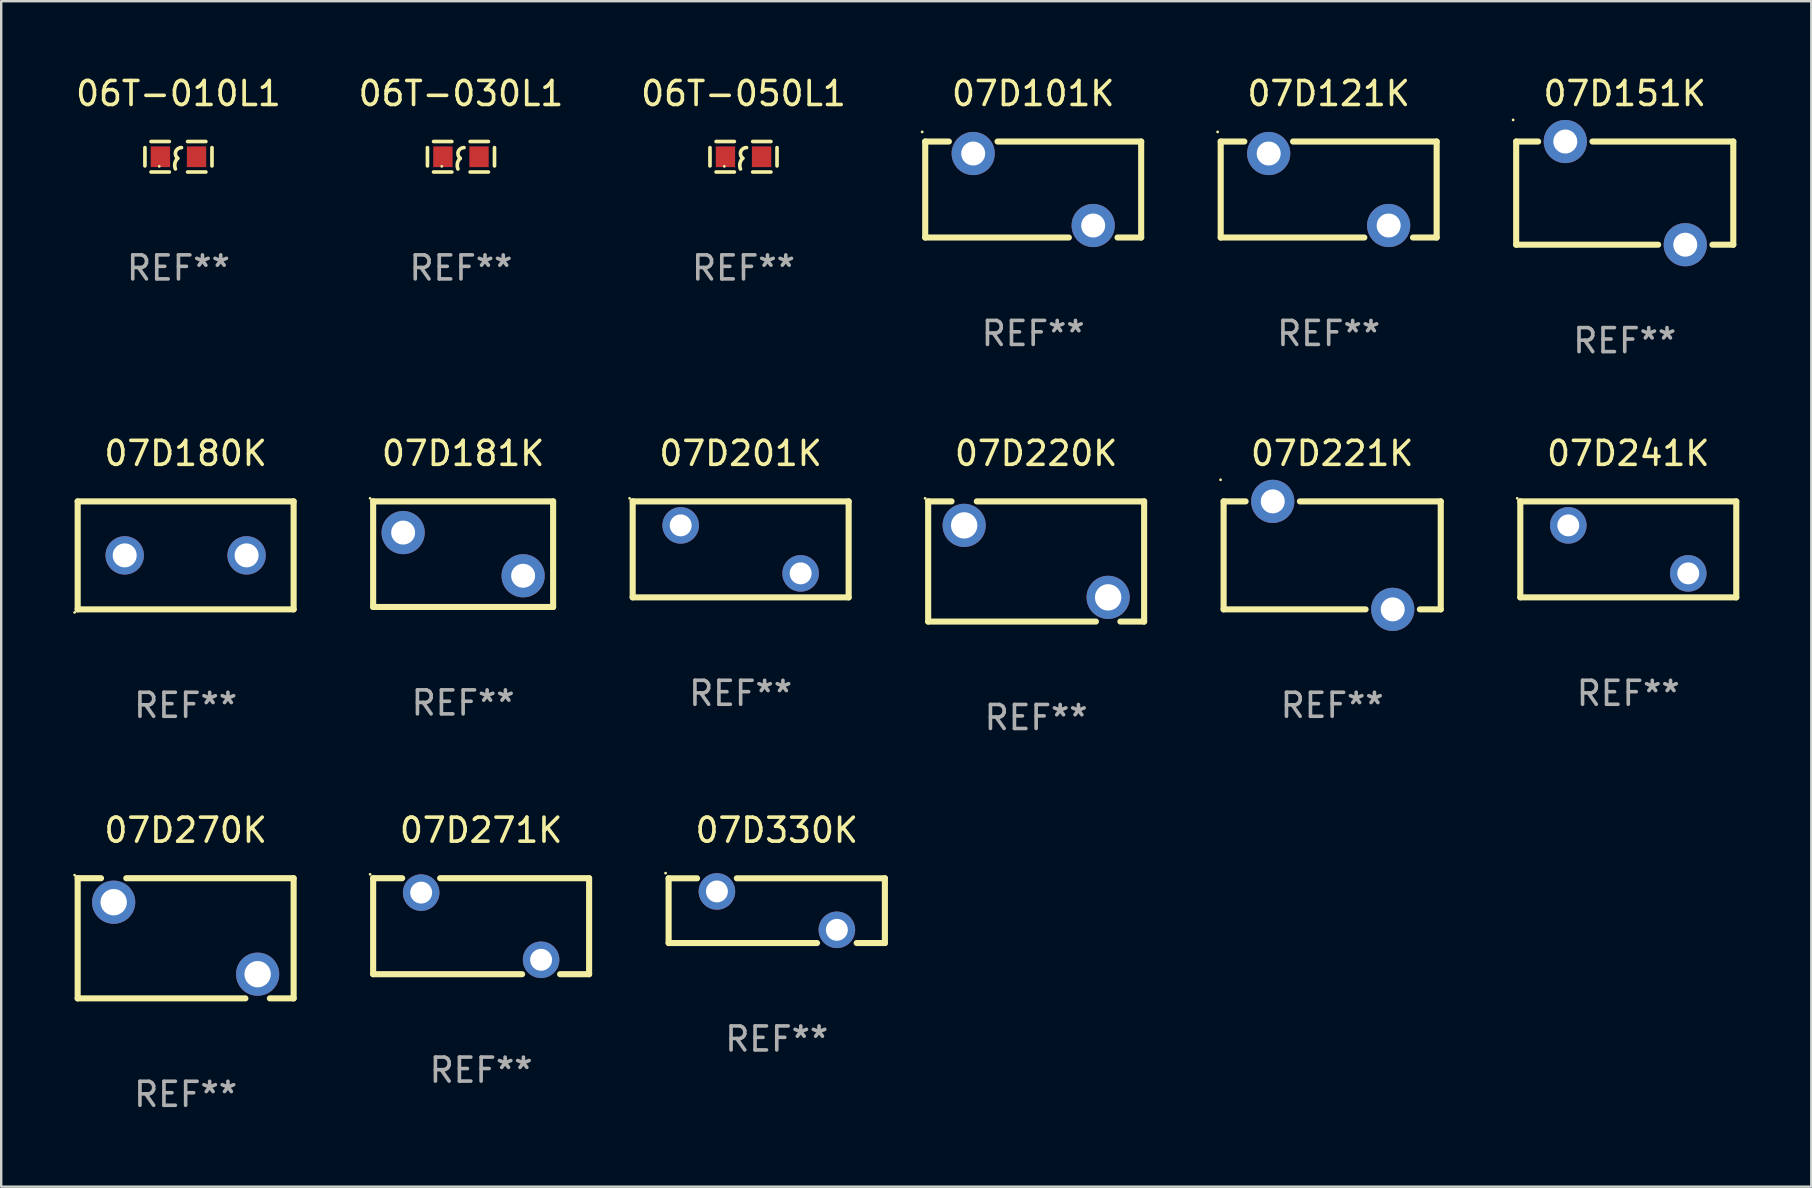
<source format=kicad_pcb>
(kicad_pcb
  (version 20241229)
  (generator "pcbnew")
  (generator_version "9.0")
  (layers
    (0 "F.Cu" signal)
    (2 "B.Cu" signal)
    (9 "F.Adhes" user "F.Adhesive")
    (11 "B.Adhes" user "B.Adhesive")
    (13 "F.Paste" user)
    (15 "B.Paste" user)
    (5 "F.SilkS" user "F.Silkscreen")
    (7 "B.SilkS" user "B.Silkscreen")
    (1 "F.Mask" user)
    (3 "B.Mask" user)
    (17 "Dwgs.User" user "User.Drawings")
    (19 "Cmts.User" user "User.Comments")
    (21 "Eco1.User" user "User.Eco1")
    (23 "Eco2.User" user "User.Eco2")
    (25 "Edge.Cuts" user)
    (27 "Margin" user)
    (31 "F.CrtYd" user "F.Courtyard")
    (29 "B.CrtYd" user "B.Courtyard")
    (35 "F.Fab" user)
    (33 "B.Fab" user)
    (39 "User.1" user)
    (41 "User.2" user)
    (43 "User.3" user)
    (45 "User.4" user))
  (footprint "07D330K"
    (layer "F.Cu")
    (at 29.321 34.9)
    (property "Reference" "07D330K" (at 0 -3.35 0) (layer "F.SilkS") (effects (font (size 1 1) (thickness 0.15))))
    (attr through_hole)
    (fp_line (start -4.506 -1.347) (end -3.322 -1.347) (stroke (width 0.254) (type solid)) (layer "F.SilkS"))
    (fp_line (start -4.506 1.35) (end -4.506 -1.347) (stroke (width 0.254) (type solid)) (layer "F.SilkS"))
    (fp_line (start -4.506 1.35) (end 1.679 1.35) (stroke (width 0.254) (type solid)) (layer "F.SilkS"))
    (fp_line (start -1.665 -1.347) (end 4.506 -1.347) (stroke (width 0.254) (type solid)) (layer "F.SilkS"))
    (fp_line (start 3.331 1.35) (end 4.506 1.35) (stroke (width 0.254) (type solid)) (layer "F.SilkS"))
    (fp_line (start 4.506 -1.35) (end 4.506 1.35) (stroke (width 0.254) (type solid)) (layer "F.SilkS"))
    (fp_circle (center -4.633 -1.562) (end -4.603 -1.562) (stroke (width 0.06) (type solid)) (fill no) (layer "F.SilkS"))
    (fp_text user "REF**" (at 0 5.35 0) (layer "F.Fab") (effects (font (size 1 1) (thickness 0.15))))
    (pad "1" thru_hole circle (at -2.494 -0.8) (size 1.524 1.524) (drill 0.914) (layers "*.Cu" "*.Mask"))
    (pad "2" thru_hole circle (at 2.505 0.8) (size 1.524 1.524) (drill 0.914) (layers "*.Cu" "*.Mask")))
  (footprint "07D221K"
    (layer "F.Cu")
    (at 52.468 20.095)
    (property "Reference" "07D221K" (at 0 -4.25 0) (layer "F.SilkS") (effects (font (size 1 1) (thickness 0.15))))
    (attr through_hole)
    (fp_line (start -4.524 -2.25) (end -4.524 2.25) (stroke (width 0.254) (type solid)) (layer "F.SilkS"))
    (fp_line (start -4.524 -2.25) (end -3.607 -2.25) (stroke (width 0.254) (type solid)) (layer "F.SilkS"))
    (fp_line (start -4.524 2.25) (end 1.393 2.25) (stroke (width 0.254) (type solid)) (layer "F.SilkS"))
    (fp_line (start -1.346 -2.25) (end 4.524 -2.25) (stroke (width 0.254) (type solid)) (layer "F.SilkS"))
    (fp_line (start 3.654 2.25) (end 4.524 2.25) (stroke (width 0.254) (type solid)) (layer "F.SilkS"))
    (fp_line (start 4.524 -2.25) (end 4.524 2.25) (stroke (width 0.254) (type solid)) (layer "F.SilkS"))
    (fp_circle (center -4.651 -3.15) (end -4.621 -3.15) (stroke (width 0.06) (type solid)) (fill no) (layer "F.SilkS"))
    (fp_text user "REF**" (at 0 6.25 0) (layer "F.Fab") (effects (font (size 1 1) (thickness 0.15))))
    (pad "1" thru_hole circle (at -2.477 -2.25) (size 1.8 1.8) (drill 1) (layers "*.Cu" "*.Mask"))
    (pad "2" thru_hole circle (at 2.523 2.25) (size 1.8 1.8) (drill 1) (layers "*.Cu" "*.Mask")))
  (footprint "07D241K"
    (layer "F.Cu")
    (at 64.807 19.845)
    (property "Reference" "07D241K" (at 0 -4 0) (layer "F.SilkS") (effects (font (size 1 1) (thickness 0.15))))
    (attr through_hole)
    (fp_line (start -4.499 -2) (end 4.501 -2) (stroke (width 0.254) (type solid)) (layer "F.SilkS"))
    (fp_line (start -4.499 1.998) (end -4.499 -2) (stroke (width 0.254) (type solid)) (layer "F.SilkS"))
    (fp_line (start 4.501 -2) (end 4.501 2) (stroke (width 0.254) (type solid)) (layer "F.SilkS"))
    (fp_line (start 4.501 2) (end -4.501 2) (stroke (width 0.254) (type solid)) (layer "F.SilkS"))
    (fp_circle (center -4.628 -2.127) (end -4.598 -2.127) (stroke (width 0.06) (type solid)) (fill no) (layer "F.SilkS"))
    (fp_text user "REF**" (at 0 6 0) (layer "F.Fab") (effects (font (size 1 1) (thickness 0.15))))
    (pad "1" thru_hole circle (at -2.499 -1) (size 1.524 1.524) (drill 0.914) (layers "*.Cu" "*.Mask"))
    (pad "2" thru_hole circle (at 2.5 1) (size 1.524 1.524) (drill 0.914) (layers "*.Cu" "*.Mask")))
  (footprint "07D181K"
    (layer "F.Cu")
    (at 16.251 20.045)
    (property "Reference" "07D181K" (at 0 -4.2 0) (layer "F.SilkS") (effects (font (size 1 1) (thickness 0.15))))
    (attr through_hole)
    (fp_line (start -3.75 -2.2) (end 3.75 -2.2) (stroke (width 0.254) (type solid)) (layer "F.SilkS"))
    (fp_line (start -3.75 2.2) (end -3.75 -2.2) (stroke (width 0.254) (type solid)) (layer "F.SilkS"))
    (fp_line (start 3.75 -2.2) (end 3.75 2.2) (stroke (width 0.254) (type solid)) (layer "F.SilkS"))
    (fp_line (start 3.75 2.2) (end -3.75 2.2) (stroke (width 0.254) (type solid)) (layer "F.SilkS"))
    (fp_circle (center -3.877 -2.327) (end -3.847 -2.327) (stroke (width 0.06) (type solid)) (fill no) (layer "F.SilkS"))
    (fp_text user "REF**" (at 0 6.2 0) (layer "F.Fab") (effects (font (size 1 1) (thickness 0.15))))
    (pad "1" thru_hole circle (at -2.5 -0.9) (size 1.8 1.8) (drill 1) (layers "*.Cu" "*.Mask"))
    (pad "2" thru_hole circle (at 2.5 0.9) (size 1.8 1.8) (drill 1) (layers "*.Cu" "*.Mask")))
  (footprint "07D121K"
    (layer "F.Cu")
    (at 52.322 4.848)
    (property "Reference" "07D121K" (at 0 -4 0) (layer "F.SilkS") (effects (font (size 1 1) (thickness 0.15))))
    (attr through_hole)
    (fp_line (start -4.5 -2) (end -4.5 2) (stroke (width 0.254) (type solid)) (layer "F.SilkS"))
    (fp_line (start -4.5 -2) (end -3.514 -2) (stroke (width 0.254) (type solid)) (layer "F.SilkS"))
    (fp_line (start -4.5 2) (end 1.486 2) (stroke (width 0.254) (type solid)) (layer "F.SilkS"))
    (fp_line (start -1.486 -2) (end 4.5 -2) (stroke (width 0.254) (type solid)) (layer "F.SilkS"))
    (fp_line (start 3.514 2) (end 4.5 2) (stroke (width 0.254) (type solid)) (layer "F.SilkS"))
    (fp_line (start 4.5 -2) (end 4.5 2) (stroke (width 0.254) (type solid)) (layer "F.SilkS"))
    (fp_circle (center -4.627 -2.4) (end -4.597 -2.4) (stroke (width 0.06) (type solid)) (fill no) (layer "F.SilkS"))
    (fp_text user "REF**" (at 0 6 0) (layer "F.Fab") (effects (font (size 1 1) (thickness 0.15))))
    (pad "1" thru_hole circle (at -2.5 -1.5) (size 1.8 1.8) (drill 1) (layers "*.Cu" "*.Mask"))
    (pad "2" thru_hole circle (at 2.5 1.5) (size 1.8 1.8) (drill 1) (layers "*.Cu" "*.Mask")))
  (footprint "06T-010L1"
    (layer "F.Cu")
    (at 4.387 3.483)
    (property "Reference" "06T-010L1" (at 0 -2.635 0) (layer "F.SilkS") (effects (font (size 1 1) (thickness 0.15))))
    (attr through_hole)
    (fp_line (start -1.397 -0.381) (end -1.397 0.381) (stroke (width 0.152) (type solid)) (layer "F.SilkS"))
    (fp_line (start -0.381 -0.635) (end -1.143 -0.635) (stroke (width 0.152) (type solid)) (layer "F.SilkS"))
    (fp_line (start -0.381 0.635) (end -1.143 0.635) (stroke (width 0.152) (type solid)) (layer "F.SilkS"))
    (fp_line (start 0.381 -0.635) (end 1.143 -0.635) (stroke (width 0.152) (type solid)) (layer "F.SilkS"))
    (fp_line (start 0.381 0.635) (end 1.143 0.635) (stroke (width 0.152) (type solid)) (layer "F.SilkS"))
    (fp_line (start 1.397 -0.381) (end 1.397 0.381) (stroke (width 0.152) (type solid)) (layer "F.SilkS"))
    (fp_arc (start -0.127 0.508001) (mid -0.146523 0.271131) (end -0.030861 0.0635) (stroke (width 0.151994) (type solid)) (layer "F.SilkS"))
    (fp_arc (start -0.03175 0.0635) (mid -0.113571 -0.216321) (end 0.127001 -0.381002) (stroke (width 0.151994) (type solid)) (layer "F.SilkS"))
    (fp_circle (center -0.8 0.4) (end -0.77 0.4) (stroke (width 0.06) (type solid)) (fill no) (layer "F.SilkS"))
    (fp_text user "REF**" (at 0 4.635 0) (layer "F.Fab") (effects (font (size 1 1) (thickness 0.15))))
    (pad "1" smd rect (at -0.753 0) (size 0.806 0.864) (layers "F.Cu" "F.Mask" "F.Paste"))
    (pad "2" smd rect (at 0.753 0) (size 0.806 0.864) (layers "F.Cu" "F.Mask" "F.Paste")))
  (footprint "07D101K"
    (layer "F.Cu")
    (at 40.008 4.848)
    (property "Reference" "07D101K" (at 0 -4 0) (layer "F.SilkS") (effects (font (size 1 1) (thickness 0.15))))
    (attr through_hole)
    (fp_line (start -4.5 -2) (end -4.5 2) (stroke (width 0.254) (type solid)) (layer "F.SilkS"))
    (fp_line (start -4.5 -2) (end -3.514 -2) (stroke (width 0.254) (type solid)) (layer "F.SilkS"))
    (fp_line (start -4.5 2) (end 1.486 2) (stroke (width 0.254) (type solid)) (layer "F.SilkS"))
    (fp_line (start -1.486 -2) (end 4.5 -2) (stroke (width 0.254) (type solid)) (layer "F.SilkS"))
    (fp_line (start 3.514 2) (end 4.5 2) (stroke (width 0.254) (type solid)) (layer "F.SilkS"))
    (fp_line (start 4.5 -2) (end 4.5 2) (stroke (width 0.254) (type solid)) (layer "F.SilkS"))
    (fp_circle (center -4.627 -2.4) (end -4.597 -2.4) (stroke (width 0.06) (type solid)) (fill no) (layer "F.SilkS"))
    (fp_text user "REF**" (at 0 6 0) (layer "F.Fab") (effects (font (size 1 1) (thickness 0.15))))
    (pad "1" thru_hole circle (at -2.5 -1.5) (size 1.8 1.8) (drill 1) (layers "*.Cu" "*.Mask"))
    (pad "2" thru_hole circle (at 2.5 1.5) (size 1.8 1.8) (drill 1) (layers "*.Cu" "*.Mask")))
  (footprint "07D151K"
    (layer "F.Cu")
    (at 64.66 4.998)
    (property "Reference" "07D151K" (at 0 -4.15 0) (layer "F.SilkS") (effects (font (size 1 1) (thickness 0.15))))
    (attr through_hole)
    (fp_line (start -4.524 -2.15) (end -4.524 2.15) (stroke (width 0.254) (type solid)) (layer "F.SilkS"))
    (fp_line (start -4.524 -2.15) (end -3.607 -2.15) (stroke (width 0.254) (type solid)) (layer "F.SilkS"))
    (fp_line (start -4.524 2.15) (end 1.393 2.15) (stroke (width 0.254) (type solid)) (layer "F.SilkS"))
    (fp_line (start -1.346 -2.15) (end 4.524 -2.15) (stroke (width 0.254) (type solid)) (layer "F.SilkS"))
    (fp_line (start 3.654 2.15) (end 4.524 2.15) (stroke (width 0.254) (type solid)) (layer "F.SilkS"))
    (fp_line (start 4.524 -2.15) (end 4.524 2.15) (stroke (width 0.254) (type solid)) (layer "F.SilkS"))
    (fp_circle (center -4.651 -3.05) (end -4.621 -3.05) (stroke (width 0.06) (type solid)) (fill no) (layer "F.SilkS"))
    (fp_text user "REF**" (at 0 6.15 0) (layer "F.Fab") (effects (font (size 1 1) (thickness 0.15))))
    (pad "1" thru_hole circle (at -2.477 -2.15) (size 1.8 1.8) (drill 1) (layers "*.Cu" "*.Mask"))
    (pad "2" thru_hole circle (at 2.523 2.15) (size 1.8 1.8) (drill 1) (layers "*.Cu" "*.Mask")))
  (footprint "06T-030L1"
    (layer "F.Cu")
    (at 16.161 3.483)
    (property "Reference" "06T-030L1" (at 0 -2.635 0) (layer "F.SilkS") (effects (font (size 1 1) (thickness 0.15))))
    (attr through_hole)
    (fp_line (start -1.397 -0.381) (end -1.397 0.381) (stroke (width 0.152) (type solid)) (layer "F.SilkS"))
    (fp_line (start -0.381 -0.635) (end -1.143 -0.635) (stroke (width 0.152) (type solid)) (layer "F.SilkS"))
    (fp_line (start -0.381 0.635) (end -1.143 0.635) (stroke (width 0.152) (type solid)) (layer "F.SilkS"))
    (fp_line (start 0.381 -0.635) (end 1.143 -0.635) (stroke (width 0.152) (type solid)) (layer "F.SilkS"))
    (fp_line (start 0.381 0.635) (end 1.143 0.635) (stroke (width 0.152) (type solid)) (layer "F.SilkS"))
    (fp_line (start 1.397 -0.381) (end 1.397 0.381) (stroke (width 0.152) (type solid)) (layer "F.SilkS"))
    (fp_arc (start -0.127 0.508001) (mid -0.146523 0.271131) (end -0.030861 0.0635) (stroke (width 0.151994) (type solid)) (layer "F.SilkS"))
    (fp_arc (start -0.03175 0.0635) (mid -0.113571 -0.216321) (end 0.127001 -0.381002) (stroke (width 0.151994) (type solid)) (layer "F.SilkS"))
    (fp_circle (center -0.8 0.4) (end -0.77 0.4) (stroke (width 0.06) (type solid)) (fill no) (layer "F.SilkS"))
    (fp_text user "REF**" (at 0 4.635 0) (layer "F.Fab") (effects (font (size 1 1) (thickness 0.15))))
    (pad "1" smd rect (at -0.753 0) (size 0.806 0.864) (layers "F.Cu" "F.Mask" "F.Paste"))
    (pad "2" smd rect (at 0.753 0) (size 0.806 0.864) (layers "F.Cu" "F.Mask" "F.Paste")))
  (footprint "07D270K"
    (layer "F.Cu")
    (at 4.687 36.053)
    (property "Reference" "07D270K" (at 0 -4.504 0) (layer "F.SilkS") (effects (font (size 1 1) (thickness 0.15))))
    (attr through_hole)
    (fp_line (start -4.5 -2.504) (end -4.5 2.504) (stroke (width 0.254) (type solid)) (layer "F.SilkS"))
    (fp_line (start -4.5 -2.504) (end -3.526 -2.504) (stroke (width 0.254) (type solid)) (layer "F.SilkS"))
    (fp_line (start -4.5 2.504) (end 2.49 2.504) (stroke (width 0.254) (type solid)) (layer "F.SilkS"))
    (fp_line (start -2.474 -2.504) (end 4.5 -2.504) (stroke (width 0.254) (type solid)) (layer "F.SilkS"))
    (fp_line (start 3.51 2.504) (end 4.5 2.504) (stroke (width 0.254) (type solid)) (layer "F.SilkS"))
    (fp_line (start 4.5 2.504) (end 4.5 -2.504) (stroke (width 0.254) (type solid)) (layer "F.SilkS"))
    (fp_circle (center -4.627 -2.631) (end -4.597 -2.631) (stroke (width 0.06) (type solid)) (fill no) (layer "F.SilkS"))
    (fp_text user "REF**" (at 0 6.504 0) (layer "F.Fab") (effects (font (size 1 1) (thickness 0.15))))
    (pad "1" thru_hole circle (at -3 -1.504) (size 1.8 1.8) (drill 1.1) (layers "*.Cu" "*.Mask"))
    (pad "2" thru_hole circle (at 3 1.496) (size 1.8 1.8) (drill 1.1) (layers "*.Cu" "*.Mask")))
  (footprint "07D201K"
    (layer "F.Cu")
    (at 27.816 19.845)
    (property "Reference" "07D201K" (at 0 -4 0) (layer "F.SilkS") (effects (font (size 1 1) (thickness 0.15))))
    (attr through_hole)
    (fp_line (start -4.499 -2) (end 4.501 -2) (stroke (width 0.254) (type solid)) (layer "F.SilkS"))
    (fp_line (start -4.499 1.998) (end -4.499 -2) (stroke (width 0.254) (type solid)) (layer "F.SilkS"))
    (fp_line (start 4.501 -2) (end 4.501 2) (stroke (width 0.254) (type solid)) (layer "F.SilkS"))
    (fp_line (start 4.501 2) (end -4.501 2) (stroke (width 0.254) (type solid)) (layer "F.SilkS"))
    (fp_circle (center -4.628 -2.127) (end -4.598 -2.127) (stroke (width 0.06) (type solid)) (fill no) (layer "F.SilkS"))
    (fp_text user "REF**" (at 0 6 0) (layer "F.Fab") (effects (font (size 1 1) (thickness 0.15))))
    (pad "1" thru_hole circle (at -2.499 -1) (size 1.524 1.524) (drill 0.914) (layers "*.Cu" "*.Mask"))
    (pad "2" thru_hole circle (at 2.5 1) (size 1.524 1.524) (drill 0.914) (layers "*.Cu" "*.Mask")))
  (footprint "07D220K"
    (layer "F.Cu")
    (at 40.131 20.349)
    (property "Reference" "07D220K" (at 0 -4.504 0) (layer "F.SilkS") (effects (font (size 1 1) (thickness 0.15))))
    (attr through_hole)
    (fp_line (start -4.5 -2.504) (end -4.5 2.504) (stroke (width 0.254) (type solid)) (layer "F.SilkS"))
    (fp_line (start -4.5 -2.504) (end -3.526 -2.504) (stroke (width 0.254) (type solid)) (layer "F.SilkS"))
    (fp_line (start -4.5 2.504) (end 2.49 2.504) (stroke (width 0.254) (type solid)) (layer "F.SilkS"))
    (fp_line (start -2.474 -2.504) (end 4.5 -2.504) (stroke (width 0.254) (type solid)) (layer "F.SilkS"))
    (fp_line (start 3.51 2.504) (end 4.5 2.504) (stroke (width 0.254) (type solid)) (layer "F.SilkS"))
    (fp_line (start 4.5 2.504) (end 4.5 -2.504) (stroke (width 0.254) (type solid)) (layer "F.SilkS"))
    (fp_circle (center -4.627 -2.631) (end -4.597 -2.631) (stroke (width 0.06) (type solid)) (fill no) (layer "F.SilkS"))
    (fp_text user "REF**" (at 0 6.504 0) (layer "F.Fab") (effects (font (size 1 1) (thickness 0.15))))
    (pad "1" thru_hole circle (at -3 -1.504) (size 1.8 1.8) (drill 1.1) (layers "*.Cu" "*.Mask"))
    (pad "2" thru_hole circle (at 3 1.496) (size 1.8 1.8) (drill 1.1) (layers "*.Cu" "*.Mask")))
  (footprint "06T-050L1"
    (layer "F.Cu")
    (at 27.935 3.483)
    (property "Reference" "06T-050L1" (at 0 -2.635 0) (layer "F.SilkS") (effects (font (size 1 1) (thickness 0.15))))
    (attr through_hole)
    (fp_line (start -1.397 -0.381) (end -1.397 0.381) (stroke (width 0.152) (type solid)) (layer "F.SilkS"))
    (fp_line (start -0.381 -0.635) (end -1.143 -0.635) (stroke (width 0.152) (type solid)) (layer "F.SilkS"))
    (fp_line (start -0.381 0.635) (end -1.143 0.635) (stroke (width 0.152) (type solid)) (layer "F.SilkS"))
    (fp_line (start 0.381 -0.635) (end 1.143 -0.635) (stroke (width 0.152) (type solid)) (layer "F.SilkS"))
    (fp_line (start 0.381 0.635) (end 1.143 0.635) (stroke (width 0.152) (type solid)) (layer "F.SilkS"))
    (fp_line (start 1.397 -0.381) (end 1.397 0.381) (stroke (width 0.152) (type solid)) (layer "F.SilkS"))
    (fp_arc (start -0.127 0.508001) (mid -0.146523 0.271131) (end -0.030861 0.0635) (stroke (width 0.151994) (type solid)) (layer "F.SilkS"))
    (fp_arc (start -0.03175 0.0635) (mid -0.113571 -0.216321) (end 0.127001 -0.381002) (stroke (width 0.151994) (type solid)) (layer "F.SilkS"))
    (fp_circle (center -0.8 0.4) (end -0.77 0.4) (stroke (width 0.06) (type solid)) (fill no) (layer "F.SilkS"))
    (fp_text user "REF**" (at 0 4.635 0) (layer "F.Fab") (effects (font (size 1 1) (thickness 0.15))))
    (pad "1" smd rect (at -0.753 0) (size 0.806 0.864) (layers "F.Cu" "F.Mask" "F.Paste"))
    (pad "2" smd rect (at 0.753 0) (size 0.806 0.864) (layers "F.Cu" "F.Mask" "F.Paste")))
  (footprint "07D271K"
    (layer "F.Cu")
    (at 17.001 35.549)
    (property "Reference" "07D271K" (at 0 -4 0) (layer "F.SilkS") (effects (font (size 1 1) (thickness 0.15))))
    (attr through_hole)
    (fp_line (start -4.5 -2) (end -3.29 -2) (stroke (width 0.254) (type solid)) (layer "F.SilkS"))
    (fp_line (start -4.5 1.998) (end -4.5 -2) (stroke (width 0.254) (type solid)) (layer "F.SilkS"))
    (fp_line (start -1.709 -2) (end 4.5 -2) (stroke (width 0.254) (type solid)) (layer "F.SilkS"))
    (fp_line (start 1.708 2) (end -4.5 2) (stroke (width 0.254) (type solid)) (layer "F.SilkS"))
    (fp_line (start 4.5 -2) (end 4.5 2) (stroke (width 0.254) (type solid)) (layer "F.SilkS"))
    (fp_line (start 4.5 2) (end 3.29 2) (stroke (width 0.254) (type solid)) (layer "F.SilkS"))
    (fp_circle (center -4.627 -2.162) (end -4.597 -2.162) (stroke (width 0.06) (type solid)) (fill no) (layer "F.SilkS"))
    (fp_text user "REF**" (at 0 6 0) (layer "F.Fab") (effects (font (size 1 1) (thickness 0.15))))
    (pad "1" thru_hole circle (at -2.499 -1.4) (size 1.524 1.524) (drill 0.914) (layers "*.Cu" "*.Mask"))
    (pad "2" thru_hole circle (at 2.499 1.4) (size 1.524 1.524) (drill 0.914) (layers "*.Cu" "*.Mask")))
  (footprint "07D180K"
    (layer "F.Cu")
    (at 4.687 20.095)
    (property "Reference" "07D180K" (at 0 -4.25 0) (layer "F.SilkS") (effects (font (size 1 1) (thickness 0.15))))
    (attr through_hole)
    (fp_line (start -4.5 -2.25) (end 4.5 -2.25) (stroke (width 0.254) (type solid)) (layer "F.SilkS"))
    (fp_line (start -4.5 2.25) (end -4.5 -2.25) (stroke (width 0.254) (type solid)) (layer "F.SilkS"))
    (fp_line (start 4.5 -2.25) (end 4.5 2.25) (stroke (width 0.254) (type solid)) (layer "F.SilkS"))
    (fp_line (start 4.5 2.25) (end -4.5 2.25) (stroke (width 0.254) (type solid)) (layer "F.SilkS"))
    (fp_circle (center -4.627 2.377) (end -4.597 2.377) (stroke (width 0.06) (type solid)) (fill no) (layer "F.SilkS"))
    (fp_text user "REF**" (at 0 6.25 0) (layer "F.Fab") (effects (font (size 1 1) (thickness 0.15))))
    (pad "1" thru_hole circle (at -2.54 0) (size 1.6 1.6) (drill 1) (layers "*.Cu" "*.Mask"))
    (pad "2" thru_hole circle (at 2.54 0) (size 1.6 1.6) (drill 1) (layers "*.Cu" "*.Mask")))
  (gr_rect
    (start -3 -3)
    (end 72.435 46.405)
    (stroke (width 0.1) (type default))
    (fill no)
    (layer "Edge.Cuts")))
</source>
